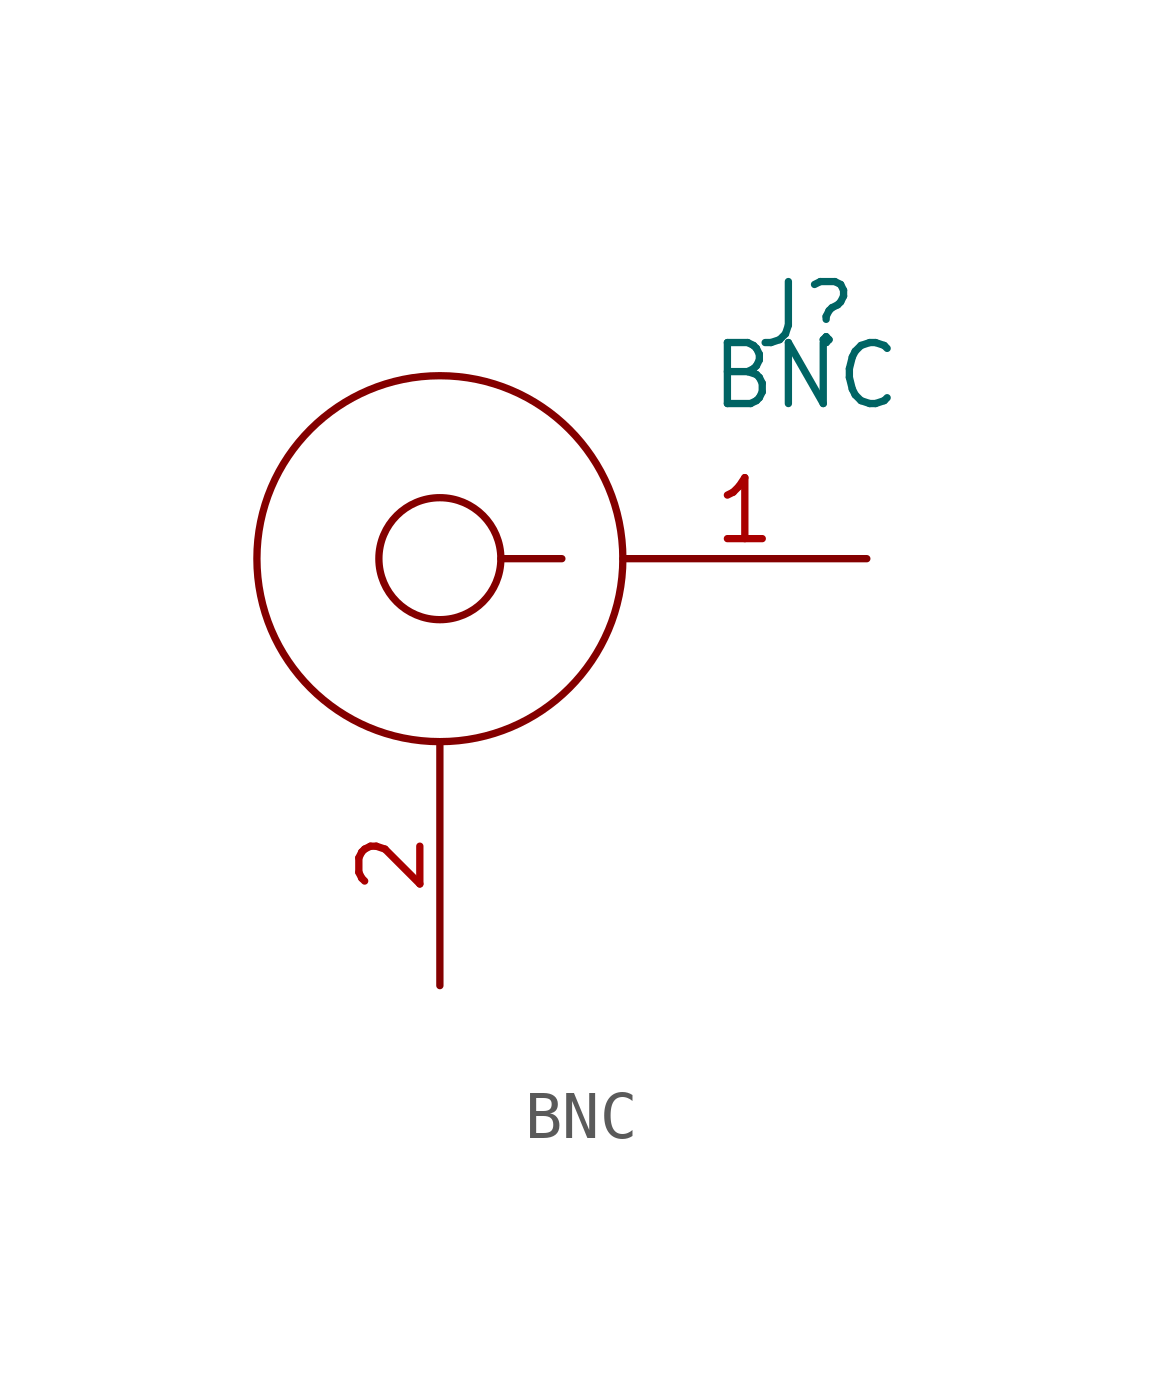
<source format=kicad_sym>
(kicad_symbol_lib
  (version 20211014)
  (generator kicad_symbol_editor)
  (symbol "BNC"
    (pin_names
      (offset 1.016) hide)
    (property "Reference" "J"
      (at 7.62 5.08 0)
      (effects (font (size 1.27 1.27))))
    (property "Value" "BNC"
      (at 7.62 3.81 0)
      (effects (font (size 1.27 1.27))))
    (symbol "BNC_0_0"
      (pin passive line (at 8.89 0 180) (length 5.08) (name "OUT" (effects (font (size 1.27 1.27)))) (number "1" (effects (font (size 1.27 1.27)))))
      (pin passive line (at 0 -8.89 90) (length 5.08) (name "GND" (effects (font (size 1.27 1.27)))) (number "2" (effects (font (size 1.27 1.27))))))
    (symbol "BNC_0_1"
      (polyline (pts (xy 1.27 0) (xy 2.54 0)) (stroke (width 0) (type default) (color 0 0 0 0)) (fill (type none)))
      (circle (center 0 0) (radius 1.27) (stroke (width 0) (type default) (color 0 0 0 0)) (fill (type none)))
      (circle (center 0 0) (radius 3.81) (stroke (width 0) (type default) (color 0 0 0 0)) (fill (type none))))))
</source>
